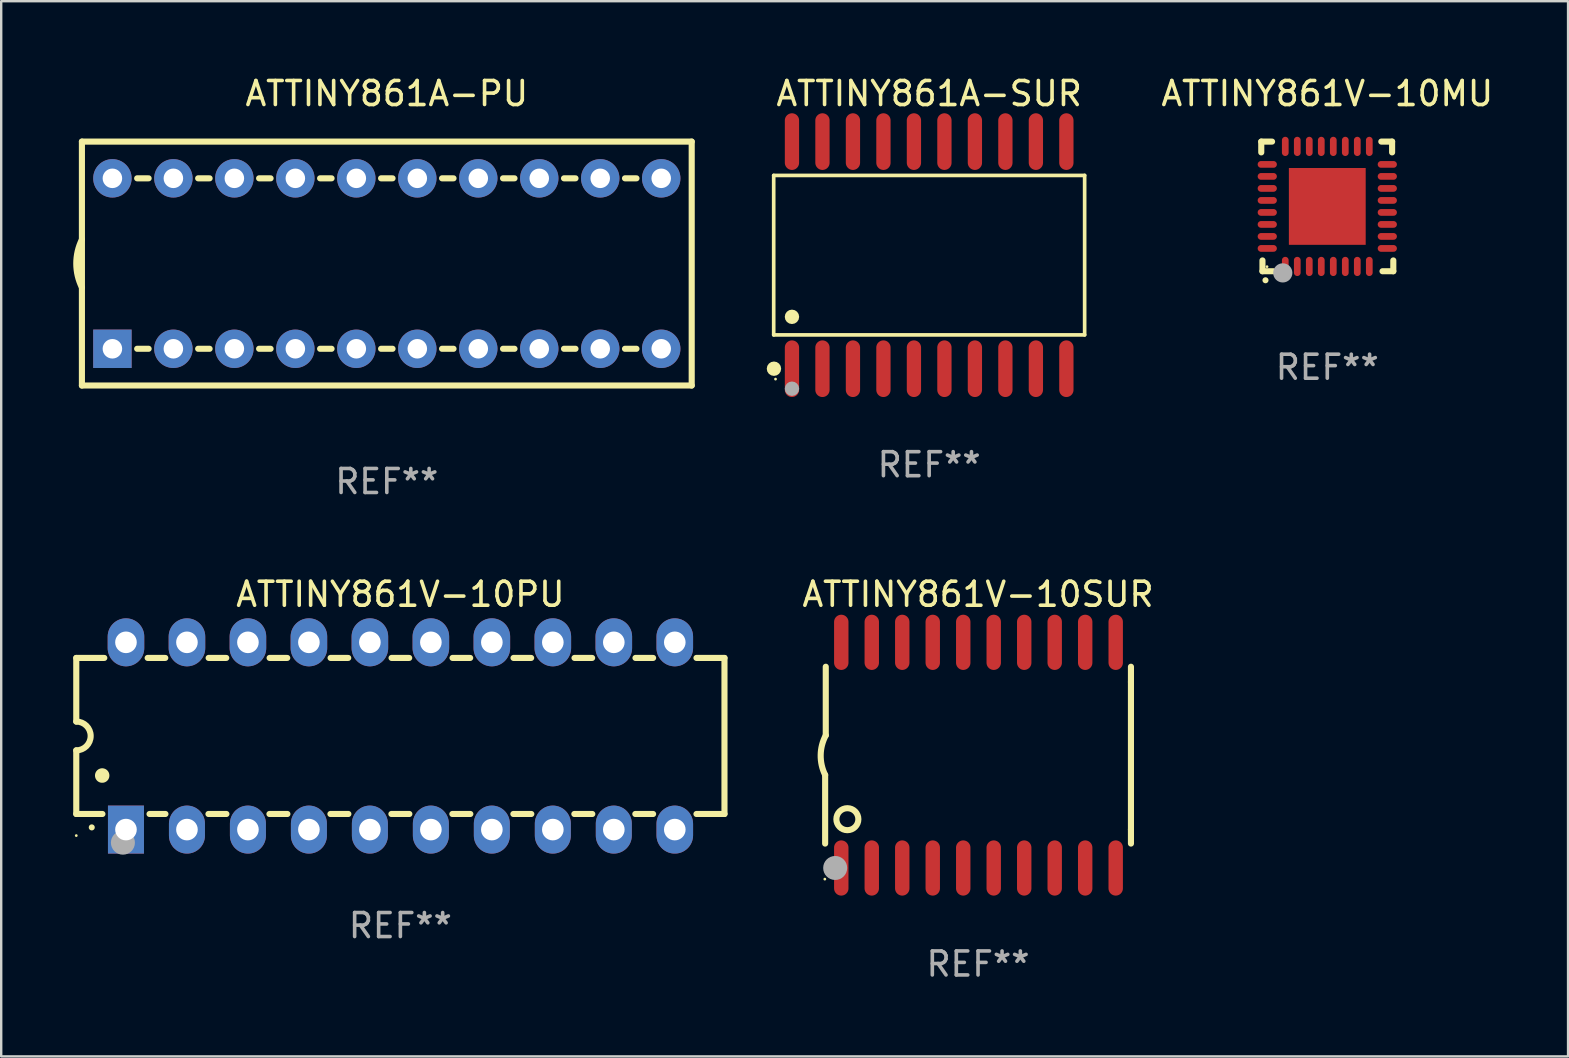
<source format=kicad_pcb>
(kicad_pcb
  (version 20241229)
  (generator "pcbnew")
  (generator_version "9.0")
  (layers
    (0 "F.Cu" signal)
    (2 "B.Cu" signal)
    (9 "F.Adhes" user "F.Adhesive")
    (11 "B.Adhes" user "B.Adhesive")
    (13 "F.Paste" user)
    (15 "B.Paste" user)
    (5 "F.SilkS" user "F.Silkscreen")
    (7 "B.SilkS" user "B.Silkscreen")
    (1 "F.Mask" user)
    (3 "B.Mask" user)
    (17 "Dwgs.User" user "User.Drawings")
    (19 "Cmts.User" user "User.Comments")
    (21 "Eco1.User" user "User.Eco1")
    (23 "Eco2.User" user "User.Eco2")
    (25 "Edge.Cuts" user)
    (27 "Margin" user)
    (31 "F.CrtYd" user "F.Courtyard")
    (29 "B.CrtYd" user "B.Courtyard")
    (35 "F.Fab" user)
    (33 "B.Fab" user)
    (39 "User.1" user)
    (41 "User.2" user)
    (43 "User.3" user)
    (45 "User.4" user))
  (footprint "ATTINY861A-SUR"
    (layer "F.Cu")
    (at 35.653 7.578)
    (property "Reference" "ATTINY861A-SUR" (at 0 -6.73 0) (layer "F.SilkS") (effects (font (size 1 1) (thickness 0.15))))
    (attr through_hole)
    (fp_line (start -6.476 -3.321) (end 6.476 -3.321) (stroke (width 0.152) (type solid)) (layer "F.SilkS"))
    (fp_line (start -6.476 3.321) (end -6.476 -3.321) (stroke (width 0.152) (type solid)) (layer "F.SilkS"))
    (fp_line (start 6.476 -3.321) (end 6.476 3.321) (stroke (width 0.152) (type solid)) (layer "F.SilkS"))
    (fp_line (start 6.476 3.321) (end -6.476 3.321) (stroke (width 0.152) (type solid)) (layer "F.SilkS"))
    (fp_circle (center -6.465 4.73) (end -6.315 4.73) (stroke (width 0.3) (type solid)) (fill no) (layer "F.SilkS"))
    (fp_circle (center -6.4 5.163) (end -6.37 5.163) (stroke (width 0.06) (type solid)) (fill no) (layer "F.SilkS"))
    (fp_circle (center -5.715 2.569) (end -5.565 2.569) (stroke (width 0.3) (type solid)) (fill no) (layer "F.SilkS"))
    (fp_circle (center -5.715 5.563) (end -5.565 5.563) (stroke (width 0.3) (type solid)) (fill no) (layer "F.Fab"))
    (fp_text user "REF**" (at 0 8.73 0) (layer "F.Fab") (effects (font (size 1 1) (thickness 0.15))))
    (pad "1" smd oval (at -5.715 4.73) (size 0.595 2.36) (layers "F.Cu" "F.Mask" "F.Paste"))
    (pad "2" smd oval (at -4.445 4.73) (size 0.595 2.36) (layers "F.Cu" "F.Mask" "F.Paste"))
    (pad "3" smd oval (at -3.175 4.73) (size 0.595 2.36) (layers "F.Cu" "F.Mask" "F.Paste"))
    (pad "4" smd oval (at -1.905 4.73) (size 0.595 2.36) (layers "F.Cu" "F.Mask" "F.Paste"))
    (pad "5" smd oval (at -0.635 4.73) (size 0.595 2.36) (layers "F.Cu" "F.Mask" "F.Paste"))
    (pad "6" smd oval (at 0.635 4.73) (size 0.595 2.36) (layers "F.Cu" "F.Mask" "F.Paste"))
    (pad "7" smd oval (at 1.905 4.73) (size 0.595 2.36) (layers "F.Cu" "F.Mask" "F.Paste"))
    (pad "8" smd oval (at 3.175 4.73) (size 0.595 2.36) (layers "F.Cu" "F.Mask" "F.Paste"))
    (pad "9" smd oval (at 4.445 4.73) (size 0.595 2.36) (layers "F.Cu" "F.Mask" "F.Paste"))
    (pad "10" smd oval (at 5.715 4.73) (size 0.595 2.36) (layers "F.Cu" "F.Mask" "F.Paste"))
    (pad "11" smd oval (at 5.715 -4.73) (size 0.595 2.36) (layers "F.Cu" "F.Mask" "F.Paste"))
    (pad "12" smd oval (at 4.445 -4.73) (size 0.595 2.36) (layers "F.Cu" "F.Mask" "F.Paste"))
    (pad "13" smd oval (at 3.175 -4.73) (size 0.595 2.36) (layers "F.Cu" "F.Mask" "F.Paste"))
    (pad "14" smd oval (at 1.905 -4.73) (size 0.595 2.36) (layers "F.Cu" "F.Mask" "F.Paste"))
    (pad "15" smd oval (at 0.635 -4.73) (size 0.595 2.36) (layers "F.Cu" "F.Mask" "F.Paste"))
    (pad "16" smd oval (at -0.635 -4.73) (size 0.595 2.36) (layers "F.Cu" "F.Mask" "F.Paste"))
    (pad "17" smd oval (at -1.905 -4.73) (size 0.595 2.36) (layers "F.Cu" "F.Mask" "F.Paste"))
    (pad "18" smd oval (at -3.175 -4.73) (size 0.595 2.36) (layers "F.Cu" "F.Mask" "F.Paste"))
    (pad "19" smd oval (at -4.445 -4.73) (size 0.595 2.36) (layers "F.Cu" "F.Mask" "F.Paste"))
    (pad "20" smd oval (at -5.715 -4.73) (size 0.595 2.36) (layers "F.Cu" "F.Mask" "F.Paste")))
  (footprint "ATTINY861V-10PU"
    (layer "F.Cu")
    (at 13.627 27.605)
    (property "Reference" "ATTINY861V-10PU" (at 0 -5.9 0) (layer "F.SilkS") (effects (font (size 1 1) (thickness 0.15))))
    (attr through_hole)
    (fp_line (start -13.5 -3.25) (end -12.333 -3.25) (stroke (width 0.254) (type solid)) (layer "F.SilkS"))
    (fp_line (start -13.5 -0.6) (end -13.5 -3.25) (stroke (width 0.254) (type solid)) (layer "F.SilkS"))
    (fp_line (start -13.5 3.25) (end -13.5 0.6) (stroke (width 0.254) (type solid)) (layer "F.SilkS"))
    (fp_line (start -13.5 3.25) (end -12.411 3.25) (stroke (width 0.254) (type solid)) (layer "F.SilkS"))
    (fp_line (start -10.527 -3.25) (end -9.793 -3.25) (stroke (width 0.254) (type solid)) (layer "F.SilkS"))
    (fp_line (start -10.449 3.25) (end -9.786 3.25) (stroke (width 0.254) (type solid)) (layer "F.SilkS"))
    (fp_line (start -7.994 3.25) (end -7.246 3.25) (stroke (width 0.254) (type solid)) (layer "F.SilkS"))
    (fp_line (start -7.987 -3.25) (end -7.253 -3.25) (stroke (width 0.254) (type solid)) (layer "F.SilkS"))
    (fp_line (start -5.454 3.25) (end -4.706 3.25) (stroke (width 0.254) (type solid)) (layer "F.SilkS"))
    (fp_line (start -5.447 -3.25) (end -4.713 -3.25) (stroke (width 0.254) (type solid)) (layer "F.SilkS"))
    (fp_line (start -2.914 3.25) (end -2.166 3.25) (stroke (width 0.254) (type solid)) (layer "F.SilkS"))
    (fp_line (start -2.907 -3.25) (end -2.173 -3.25) (stroke (width 0.254) (type solid)) (layer "F.SilkS"))
    (fp_line (start -0.374 3.25) (end 0.374 3.25) (stroke (width 0.254) (type solid)) (layer "F.SilkS"))
    (fp_line (start -0.367 -3.25) (end 0.367 -3.25) (stroke (width 0.254) (type solid)) (layer "F.SilkS"))
    (fp_line (start 2.166 3.25) (end 2.914 3.25) (stroke (width 0.254) (type solid)) (layer "F.SilkS"))
    (fp_line (start 2.173 -3.25) (end 2.907 -3.25) (stroke (width 0.254) (type solid)) (layer "F.SilkS"))
    (fp_line (start 4.706 3.25) (end 5.454 3.25) (stroke (width 0.254) (type solid)) (layer "F.SilkS"))
    (fp_line (start 4.713 -3.25) (end 5.447 -3.25) (stroke (width 0.254) (type solid)) (layer "F.SilkS"))
    (fp_line (start 7.246 3.25) (end 7.994 3.25) (stroke (width 0.254) (type solid)) (layer "F.SilkS"))
    (fp_line (start 7.253 -3.25) (end 7.987 -3.25) (stroke (width 0.254) (type solid)) (layer "F.SilkS"))
    (fp_line (start 9.786 3.25) (end 10.527 3.25) (stroke (width 0.254) (type solid)) (layer "F.SilkS"))
    (fp_line (start 9.793 -3.25) (end 10.527 -3.25) (stroke (width 0.254) (type solid)) (layer "F.SilkS"))
    (fp_line (start 12.333 -3.25) (end 13.5 -3.25) (stroke (width 0.254) (type solid)) (layer "F.SilkS"))
    (fp_line (start 12.333 3.25) (end 13.5 3.25) (stroke (width 0.254) (type solid)) (layer "F.SilkS"))
    (fp_line (start 13.5 -3.25) (end 13.5 3.25) (stroke (width 0.254) (type solid)) (layer "F.SilkS"))
    (fp_arc (start -13.500127 -0.599442) (mid -12.900406 0.000228) (end -13.500025 0.6) (stroke (width 0.254001) (type solid)) (layer "F.SilkS"))
    (fp_arc (start -12.854966 3.810008) (mid -12.854973 3.808738) (end -12.854966 3.807468) (stroke (width 0.25) (type solid)) (layer "F.SilkS"))
    (fp_arc (start -12.420625 1.651003) (mid -12.420636 1.648463) (end -12.420625 1.645923) (stroke (width 0.6) (type solid)) (layer "F.SilkS"))
    (fp_circle (center -13.5 4.15) (end -13.47 4.15) (stroke (width 0.06) (type solid)) (fill no) (layer "F.SilkS"))
    (fp_circle (center -11.557 4.445) (end -11.307 4.445) (stroke (width 0.5) (type solid)) (fill no) (layer "F.Fab"))
    (fp_text user "REF**" (at 0 7.9 0) (layer "F.Fab") (effects (font (size 1 1) (thickness 0.15))))
    (pad "1" thru_hole rect (at -11.43 3.9 90) (size 2 1.5) (drill 0.9) (layers "*.Cu" "*.Mask"))
    (pad "2" thru_hole oval (at -8.89 3.9 90) (size 2 1.5) (drill 0.9) (layers "*.Cu" "*.Mask"))
    (pad "3" thru_hole oval (at -6.35 3.9 90) (size 2 1.5) (drill 0.9) (layers "*.Cu" "*.Mask"))
    (pad "4" thru_hole oval (at -3.81 3.9 90) (size 2 1.5) (drill 0.9) (layers "*.Cu" "*.Mask"))
    (pad "5" thru_hole oval (at -1.27 3.9 90) (size 2 1.5) (drill 0.9) (layers "*.Cu" "*.Mask"))
    (pad "6" thru_hole oval (at 1.27 3.9 90) (size 2 1.5) (drill 0.9) (layers "*.Cu" "*.Mask"))
    (pad "7" thru_hole oval (at 3.81 3.9 90) (size 2 1.5) (drill 0.9) (layers "*.Cu" "*.Mask"))
    (pad "8" thru_hole oval (at 6.35 3.9 90) (size 2 1.5) (drill 0.9) (layers "*.Cu" "*.Mask"))
    (pad "9" thru_hole oval (at 8.89 3.9 90) (size 2 1.5) (drill 0.9) (layers "*.Cu" "*.Mask"))
    (pad "10" thru_hole oval (at 11.43 3.9 90) (size 2 1.524) (drill 0.9) (layers "*.Cu" "*.Mask"))
    (pad "11" thru_hole oval (at 11.43 -3.9 90) (size 2 1.524) (drill 0.9) (layers "*.Cu" "*.Mask"))
    (pad "12" thru_hole oval (at 8.89 -3.9 90) (size 2 1.524) (drill 0.9) (layers "*.Cu" "*.Mask"))
    (pad "13" thru_hole oval (at 6.35 -3.9 90) (size 2 1.524) (drill 0.9) (layers "*.Cu" "*.Mask"))
    (pad "14" thru_hole oval (at 3.81 -3.9 90) (size 2 1.524) (drill 0.9) (layers "*.Cu" "*.Mask"))
    (pad "15" thru_hole oval (at 1.27 -3.9 90) (size 2 1.524) (drill 0.9) (layers "*.Cu" "*.Mask"))
    (pad "16" thru_hole oval (at -1.27 -3.9 90) (size 2 1.524) (drill 0.9) (layers "*.Cu" "*.Mask"))
    (pad "17" thru_hole oval (at -3.81 -3.9 90) (size 2 1.524) (drill 0.9) (layers "*.Cu" "*.Mask"))
    (pad "18" thru_hole oval (at -6.35 -3.9 90) (size 2 1.524) (drill 0.9) (layers "*.Cu" "*.Mask"))
    (pad "19" thru_hole oval (at -8.89 -3.9 90) (size 2 1.524) (drill 0.9) (layers "*.Cu" "*.Mask"))
    (pad "20" thru_hole oval (at -11.43 -3.9 90) (size 2 1.524) (drill 0.9) (layers "*.Cu" "*.Mask")))
  (footprint "ATTINY861V-10SUR"
    (layer "F.Cu")
    (at 37.689 28.405)
    (property "Reference" "ATTINY861V-10SUR" (at 0 -6.7 0) (layer "F.SilkS") (effects (font (size 1 1) (thickness 0.15))))
    (attr through_hole)
    (fp_line (start -6.369 0.826) (end -6.369 3.683) (stroke (width 0.254) (type solid)) (layer "F.SilkS"))
    (fp_line (start -6.343 -0.825) (end -6.343 -3.683) (stroke (width 0.254) (type solid)) (layer "F.SilkS"))
    (fp_line (start 6.369 -3.048) (end 6.369 -3.683) (stroke (width 0.254) (type solid)) (layer "F.SilkS"))
    (fp_line (start 6.369 -3.048) (end 6.369 3.096) (stroke (width 0.254) (type solid)) (layer "F.SilkS"))
    (fp_line (start 6.369 3.096) (end 6.369 3.683) (stroke (width 0.254) (type solid)) (layer "F.SilkS"))
    (fp_arc (start -6.36853 0.825552) (mid -6.554743 -0.00301) (end -6.343129 -0.825451) (stroke (width 0.254001) (type solid)) (layer "F.SilkS"))
    (fp_circle (center -6.382 5.163) (end -6.352 5.163) (stroke (width 0.06) (type solid)) (fill no) (layer "F.SilkS"))
    (fp_circle (center -5.443 2.667) (end -4.985 2.667) (stroke (width 0.254) (type solid)) (fill no) (layer "F.SilkS"))
    (fp_circle (center -5.951 4.699) (end -5.701 4.699) (stroke (width 0.5) (type solid)) (fill no) (layer "F.Fab"))
    (fp_text user "REF**" (at 0 8.7 0) (layer "F.Fab") (effects (font (size 1 1) (thickness 0.15))))
    (pad "1" smd oval (at -5.697 4.7 180) (size 0.6 2.3) (layers "F.Cu" "F.Mask" "F.Paste"))
    (pad "2" smd oval (at -4.427 4.7 180) (size 0.6 2.3) (layers "F.Cu" "F.Mask" "F.Paste"))
    (pad "3" smd oval (at -3.157 4.7 180) (size 0.6 2.3) (layers "F.Cu" "F.Mask" "F.Paste"))
    (pad "4" smd oval (at -1.887 4.7 180) (size 0.6 2.3) (layers "F.Cu" "F.Mask" "F.Paste"))
    (pad "5" smd oval (at -0.617 4.7 180) (size 0.6 2.3) (layers "F.Cu" "F.Mask" "F.Paste"))
    (pad "6" smd oval (at 0.653 4.7 180) (size 0.6 2.3) (layers "F.Cu" "F.Mask" "F.Paste"))
    (pad "7" smd oval (at 1.923 4.7 180) (size 0.6 2.3) (layers "F.Cu" "F.Mask" "F.Paste"))
    (pad "8" smd oval (at 3.193 4.7 180) (size 0.6 2.3) (layers "F.Cu" "F.Mask" "F.Paste"))
    (pad "9" smd oval (at 4.463 4.7 180) (size 0.6 2.3) (layers "F.Cu" "F.Mask" "F.Paste"))
    (pad "10" smd oval (at 5.734 4.7 180) (size 0.6 2.3) (layers "F.Cu" "F.Mask" "F.Paste"))
    (pad "11" smd oval (at 5.734 -4.7 180) (size 0.6 2.3) (layers "F.Cu" "F.Mask" "F.Paste"))
    (pad "12" smd oval (at 4.463 -4.7 180) (size 0.6 2.3) (layers "F.Cu" "F.Mask" "F.Paste"))
    (pad "13" smd oval (at 3.193 -4.7 180) (size 0.6 2.3) (layers "F.Cu" "F.Mask" "F.Paste"))
    (pad "14" smd oval (at 1.923 -4.7 180) (size 0.6 2.3) (layers "F.Cu" "F.Mask" "F.Paste"))
    (pad "15" smd oval (at 0.653 -4.7 180) (size 0.6 2.3) (layers "F.Cu" "F.Mask" "F.Paste"))
    (pad "16" smd oval (at -0.617 -4.7 180) (size 0.6 2.3) (layers "F.Cu" "F.Mask" "F.Paste"))
    (pad "17" smd oval (at -1.887 -4.7 180) (size 0.6 2.3) (layers "F.Cu" "F.Mask" "F.Paste"))
    (pad "18" smd oval (at -3.157 -4.7 180) (size 0.6 2.3) (layers "F.Cu" "F.Mask" "F.Paste"))
    (pad "19" smd oval (at -4.427 -4.7 180) (size 0.6 2.3) (layers "F.Cu" "F.Mask" "F.Paste"))
    (pad "20" smd oval (at -5.697 -4.7 180) (size 0.6 2.3) (layers "F.Cu" "F.Mask" "F.Paste")))
  (footprint "ATTINY861V-10MU"
    (layer "F.Cu")
    (at 52.236 5.548)
    (property "Reference" "ATTINY861V-10MU" (at 0 -4.7 0) (layer "F.SilkS") (effects (font (size 1 1) (thickness 0.15))))
    (attr through_hole)
    (fp_line (start -2.75 -2.7) (end -2.75 -2.25) (stroke (width 0.254) (type solid)) (layer "F.SilkS"))
    (fp_line (start -2.7 2.7) (end -2.7 2.25) (stroke (width 0.254) (type solid)) (layer "F.SilkS"))
    (fp_line (start -2.3 -2.7) (end -2.75 -2.7) (stroke (width 0.254) (type solid)) (layer "F.SilkS"))
    (fp_line (start -2.25 2.7) (end -2.7 2.7) (stroke (width 0.254) (type solid)) (layer "F.SilkS"))
    (fp_line (start 2.3 2.7) (end 2.75 2.7) (stroke (width 0.254) (type solid)) (layer "F.SilkS"))
    (fp_line (start 2.7 -2.7) (end 2.25 -2.7) (stroke (width 0.254) (type solid)) (layer "F.SilkS"))
    (fp_line (start 2.7 -2.25) (end 2.7 -2.7) (stroke (width 0.254) (type solid)) (layer "F.SilkS"))
    (fp_line (start 2.75 2.7) (end 2.75 2.25) (stroke (width 0.254) (type solid)) (layer "F.SilkS"))
    (fp_arc (start -2.575565 3.075946) (mid -2.574295 3.07594) (end -2.573025 3.075946) (stroke (width 0.25) (type solid)) (layer "F.SilkS"))
    (fp_circle (center -2.51 2.51) (end -2.48 2.51) (stroke (width 0.06) (type solid)) (fill no) (layer "F.SilkS"))
    (fp_circle (center -1.854 2.769) (end -1.654 2.769) (stroke (width 0.4) (type solid)) (fill no) (layer "F.Fab"))
    (fp_text user "REF**" (at 0 6.7 0) (layer "F.Fab") (effects (font (size 1 1) (thickness 0.15))))
    (pad "1" smd oval (at -1.75 2.5) (size 0.28 0.8) (layers "F.Cu" "F.Mask" "F.Paste"))
    (pad "2" smd oval (at -1.25 2.5) (size 0.28 0.8) (layers "F.Cu" "F.Mask" "F.Paste"))
    (pad "3" smd oval (at -0.75 2.5) (size 0.28 0.8) (layers "F.Cu" "F.Mask" "F.Paste"))
    (pad "4" smd oval (at -0.25 2.5) (size 0.28 0.8) (layers "F.Cu" "F.Mask" "F.Paste"))
    (pad "5" smd oval (at 0.25 2.5) (size 0.28 0.8) (layers "F.Cu" "F.Mask" "F.Paste"))
    (pad "6" smd oval (at 0.75 2.5) (size 0.28 0.8) (layers "F.Cu" "F.Mask" "F.Paste"))
    (pad "7" smd oval (at 1.25 2.5) (size 0.28 0.8) (layers "F.Cu" "F.Mask" "F.Paste"))
    (pad "8" smd oval (at 1.75 2.5) (size 0.28 0.8) (layers "F.Cu" "F.Mask" "F.Paste"))
    (pad "9" smd oval (at 2.5 1.75 90) (size 0.28 0.8) (layers "F.Cu" "F.Mask" "F.Paste"))
    (pad "10" smd oval (at 2.5 1.25 90) (size 0.28 0.8) (layers "F.Cu" "F.Mask" "F.Paste"))
    (pad "11" smd oval (at 2.5 0.75 90) (size 0.28 0.8) (layers "F.Cu" "F.Mask" "F.Paste"))
    (pad "12" smd oval (at 2.5 0.25 90) (size 0.28 0.8) (layers "F.Cu" "F.Mask" "F.Paste"))
    (pad "13" smd oval (at 2.5 -0.25 90) (size 0.28 0.8) (layers "F.Cu" "F.Mask" "F.Paste"))
    (pad "14" smd oval (at 2.5 -0.75 90) (size 0.28 0.8) (layers "F.Cu" "F.Mask" "F.Paste"))
    (pad "15" smd oval (at 2.5 -1.25 90) (size 0.28 0.8) (layers "F.Cu" "F.Mask" "F.Paste"))
    (pad "16" smd oval (at 2.5 -1.75 90) (size 0.28 0.8) (layers "F.Cu" "F.Mask" "F.Paste"))
    (pad "17" smd oval (at 1.75 -2.5 180) (size 0.28 0.8) (layers "F.Cu" "F.Mask" "F.Paste"))
    (pad "18" smd oval (at 1.25 -2.5 180) (size 0.28 0.8) (layers "F.Cu" "F.Mask" "F.Paste"))
    (pad "19" smd oval (at 0.75 -2.5 180) (size 0.28 0.8) (layers "F.Cu" "F.Mask" "F.Paste"))
    (pad "20" smd oval (at 0.25 -2.5 180) (size 0.28 0.8) (layers "F.Cu" "F.Mask" "F.Paste"))
    (pad "21" smd oval (at -0.25 -2.5 180) (size 0.28 0.8) (layers "F.Cu" "F.Mask" "F.Paste"))
    (pad "22" smd oval (at -0.75 -2.5 180) (size 0.28 0.8) (layers "F.Cu" "F.Mask" "F.Paste"))
    (pad "23" smd oval (at -1.25 -2.5 180) (size 0.28 0.8) (layers "F.Cu" "F.Mask" "F.Paste"))
    (pad "24" smd oval (at -1.75 -2.5 180) (size 0.28 0.8) (layers "F.Cu" "F.Mask" "F.Paste"))
    (pad "25" smd oval (at -2.5 -1.75 270) (size 0.28 0.8) (layers "F.Cu" "F.Mask" "F.Paste"))
    (pad "26" smd oval (at -2.5 -1.25 270) (size 0.28 0.8) (layers "F.Cu" "F.Mask" "F.Paste"))
    (pad "27" smd oval (at -2.5 -0.75 270) (size 0.28 0.8) (layers "F.Cu" "F.Mask" "F.Paste"))
    (pad "28" smd oval (at -2.5 -0.25 270) (size 0.28 0.8) (layers "F.Cu" "F.Mask" "F.Paste"))
    (pad "29" smd oval (at -2.5 0.25 270) (size 0.28 0.8) (layers "F.Cu" "F.Mask" "F.Paste"))
    (pad "30" smd oval (at -2.5 0.75 270) (size 0.28 0.8) (layers "F.Cu" "F.Mask" "F.Paste"))
    (pad "31" smd oval (at -2.5 1.25 270) (size 0.28 0.8) (layers "F.Cu" "F.Mask" "F.Paste"))
    (pad "32" smd oval (at -2.5 1.75 270) (size 0.28 0.8) (layers "F.Cu" "F.Mask" "F.Paste"))
    (pad "33" smd rect (at 0.000076 0.000076) (size 3.2 3.2) (layers "F.Cu" "F.Mask" "F.Paste")))
  (footprint "ATTINY861A-PU"
    (layer "F.Cu")
    (at 13.062 7.928)
    (property "Reference" "ATTINY861A-PU" (at 0 -7.08 0) (layer "F.SilkS") (effects (font (size 1 1) (thickness 0.15))))
    (attr through_hole)
    (fp_line (start -12.7 -5.08) (end -12.7 5.08) (stroke (width 0.254) (type solid)) (layer "F.SilkS"))
    (fp_line (start -12.7 5.08) (end 12.7 5.08) (stroke (width 0.254) (type solid)) (layer "F.SilkS"))
    (fp_line (start -10.399 -3.55) (end -9.921 -3.55) (stroke (width 0.254) (type solid)) (layer "F.SilkS"))
    (fp_line (start -10.399 3.55) (end -9.921 3.55) (stroke (width 0.254) (type solid)) (layer "F.SilkS"))
    (fp_line (start -7.859 -3.55) (end -7.381 -3.55) (stroke (width 0.254) (type solid)) (layer "F.SilkS"))
    (fp_line (start -7.859 3.55) (end -7.381 3.55) (stroke (width 0.254) (type solid)) (layer "F.SilkS"))
    (fp_line (start -5.319 -3.55) (end -4.841 -3.55) (stroke (width 0.254) (type solid)) (layer "F.SilkS"))
    (fp_line (start -5.319 3.55) (end -4.841 3.55) (stroke (width 0.254) (type solid)) (layer "F.SilkS"))
    (fp_line (start -2.779 -3.55) (end -2.301 -3.55) (stroke (width 0.254) (type solid)) (layer "F.SilkS"))
    (fp_line (start -2.779 3.55) (end -2.301 3.55) (stroke (width 0.254) (type solid)) (layer "F.SilkS"))
    (fp_line (start -0.239 -3.55) (end 0.239 -3.55) (stroke (width 0.254) (type solid)) (layer "F.SilkS"))
    (fp_line (start -0.239 3.55) (end 0.239 3.55) (stroke (width 0.254) (type solid)) (layer "F.SilkS"))
    (fp_line (start 2.301 -3.55) (end 2.779 -3.55) (stroke (width 0.254) (type solid)) (layer "F.SilkS"))
    (fp_line (start 2.301 3.55) (end 2.779 3.55) (stroke (width 0.254) (type solid)) (layer "F.SilkS"))
    (fp_line (start 4.841 -3.55) (end 5.319 -3.55) (stroke (width 0.254) (type solid)) (layer "F.SilkS"))
    (fp_line (start 4.841 3.55) (end 5.319 3.55) (stroke (width 0.254) (type solid)) (layer "F.SilkS"))
    (fp_line (start 7.381 -3.55) (end 7.859 -3.55) (stroke (width 0.254) (type solid)) (layer "F.SilkS"))
    (fp_line (start 7.381 3.55) (end 7.859 3.55) (stroke (width 0.254) (type solid)) (layer "F.SilkS"))
    (fp_line (start 9.921 -3.55) (end 10.399 -3.55) (stroke (width 0.254) (type solid)) (layer "F.SilkS"))
    (fp_line (start 9.921 3.55) (end 10.399 3.55) (stroke (width 0.254) (type solid)) (layer "F.SilkS"))
    (fp_line (start 12.7 -5.08) (end -12.7 -5.08) (stroke (width 0.254) (type solid)) (layer "F.SilkS"))
    (fp_line (start 12.7 5.08) (end 12.7 -5.08) (stroke (width 0.254) (type solid)) (layer "F.SilkS"))
    (fp_arc (start -12.697638 0.999974) (mid -12.934513 0.000281) (end -12.700025 -0.999975) (stroke (width 0.254001) (type solid)) (layer "F.SilkS"))
    (fp_circle (center -12.7 5.08) (end -12.67 5.08) (stroke (width 0.06) (type solid)) (fill no) (layer "F.SilkS"))
    (fp_text user "REF**" (at 0 9.08 0) (layer "F.Fab") (effects (font (size 1 1) (thickness 0.15))))
    (pad "1" thru_hole rect (at -11.43 3.55) (size 1.6 1.6) (drill 0.813) (layers "*.Cu" "*.Mask"))
    (pad "2" thru_hole circle (at -8.89 3.55) (size 1.6 1.6) (drill 0.813) (layers "*.Cu" "*.Mask"))
    (pad "3" thru_hole circle (at -6.35 3.55) (size 1.6 1.6) (drill 0.813) (layers "*.Cu" "*.Mask"))
    (pad "4" thru_hole circle (at -3.81 3.55) (size 1.6 1.6) (drill 0.813) (layers "*.Cu" "*.Mask"))
    (pad "5" thru_hole circle (at -1.27 3.55) (size 1.6 1.6) (drill 0.813) (layers "*.Cu" "*.Mask"))
    (pad "6" thru_hole circle (at 1.27 3.55) (size 1.6 1.6) (drill 0.813) (layers "*.Cu" "*.Mask"))
    (pad "7" thru_hole circle (at 3.81 3.55) (size 1.6 1.6) (drill 0.813) (layers "*.Cu" "*.Mask"))
    (pad "8" thru_hole circle (at 6.35 3.55) (size 1.6 1.6) (drill 0.813) (layers "*.Cu" "*.Mask"))
    (pad "9" thru_hole circle (at 8.89 3.55) (size 1.6 1.6) (drill 0.813) (layers "*.Cu" "*.Mask"))
    (pad "10" thru_hole circle (at 11.43 3.55) (size 1.6 1.6) (drill 0.813) (layers "*.Cu" "*.Mask"))
    (pad "11" thru_hole circle (at 11.43 -3.55) (size 1.6 1.6) (drill 0.813) (layers "*.Cu" "*.Mask"))
    (pad "12" thru_hole circle (at 8.89 -3.55) (size 1.6 1.6) (drill 0.813) (layers "*.Cu" "*.Mask"))
    (pad "13" thru_hole circle (at 6.35 -3.55) (size 1.6 1.6) (drill 0.813) (layers "*.Cu" "*.Mask"))
    (pad "14" thru_hole circle (at 3.81 -3.55) (size 1.6 1.6) (drill 0.813) (layers "*.Cu" "*.Mask"))
    (pad "15" thru_hole circle (at 1.27 -3.55) (size 1.6 1.6) (drill 0.813) (layers "*.Cu" "*.Mask"))
    (pad "16" thru_hole circle (at -1.27 -3.55) (size 1.6 1.6) (drill 0.813) (layers "*.Cu" "*.Mask"))
    (pad "17" thru_hole circle (at -3.81 -3.55) (size 1.6 1.6) (drill 0.813) (layers "*.Cu" "*.Mask"))
    (pad "18" thru_hole circle (at -6.35 -3.55) (size 1.6 1.6) (drill 0.813) (layers "*.Cu" "*.Mask"))
    (pad "19" thru_hole circle (at -8.89 -3.55) (size 1.6 1.6) (drill 0.813) (layers "*.Cu" "*.Mask"))
    (pad "20" thru_hole circle (at -11.43 -3.55) (size 1.6 1.6) (drill 0.813) (layers "*.Cu" "*.Mask")))
  (gr_rect
    (start -3 -3)
    (end 62.265 40.953)
    (stroke (width 0.1) (type default))
    (fill no)
    (layer "Edge.Cuts")))
</source>
